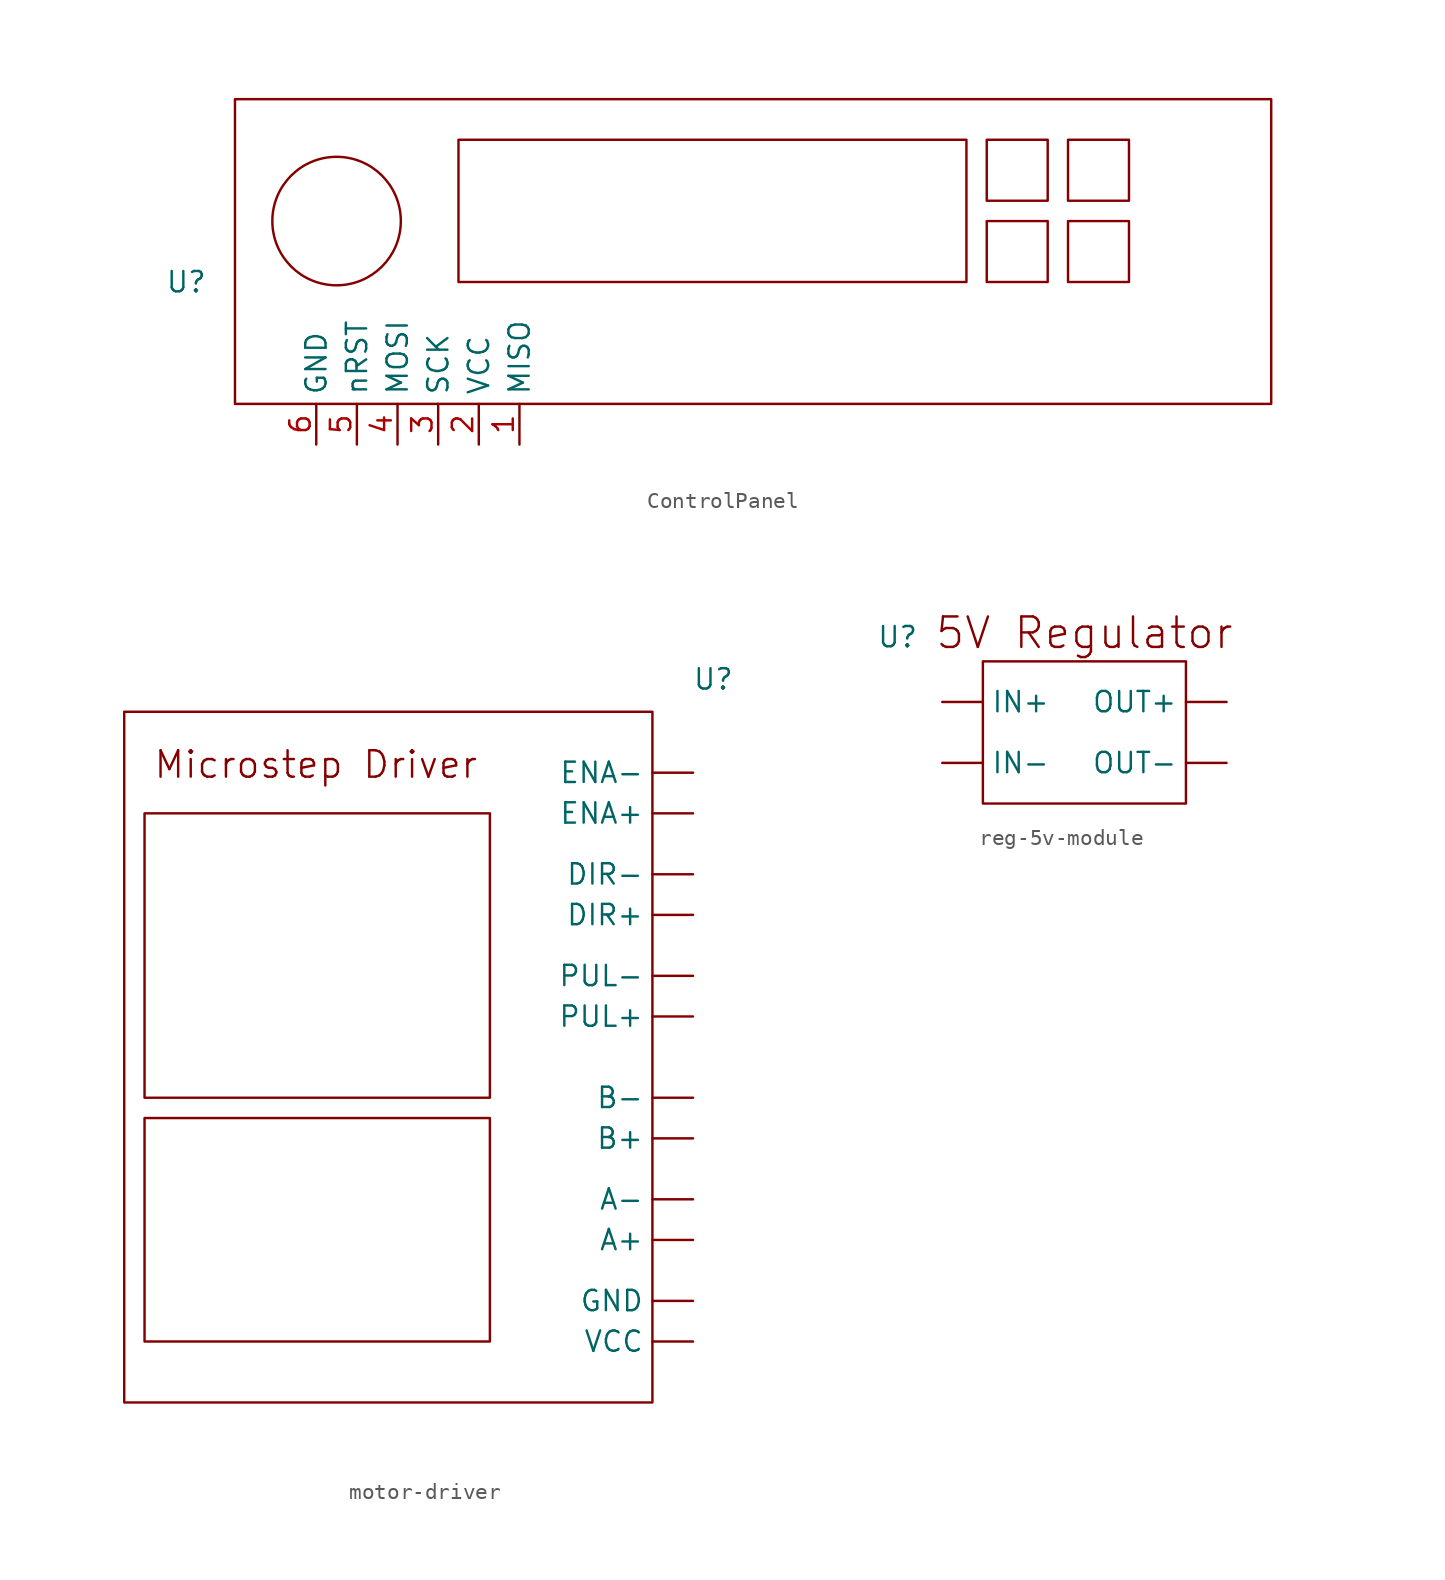
<source format=kicad_sym>
(kicad_symbol_lib
  (version 20231120)
  (generator "kicad_symbol_editor")
  (generator_version "8.0")
  (symbol "ControlPanel"
    (property "Reference" "U"
      (at -24.638 2.54 0)
      (effects (font (size 1.27 1.27))))
    (property "Value" ""
      (at 0 0 0)
      (effects (font (size 1.27 1.27))))
    (symbol "ControlPanel_0_1"
      (rectangle (start -21.59 13.97) (end 43.18 -5.08) (stroke (width 0) (type default)) (fill (type none)))
      (circle (center -15.24 6.35) (radius 4.016) (stroke (width 0) (type default)) (fill (type none)))
      (rectangle (start -7.62 11.43) (end 24.13 2.54) (stroke (width 0) (type default)) (fill (type none)))
      (rectangle (start 25.4 6.35) (end 29.21 2.54) (stroke (width 0) (type default)) (fill (type none)))
      (rectangle (start 25.4 11.43) (end 29.21 7.62) (stroke (width 0) (type default)) (fill (type none)))
      (rectangle (start 30.48 6.35) (end 34.29 2.54) (stroke (width 0) (type default)) (fill (type none)))
      (rectangle (start 30.48 11.43) (end 34.29 7.62) (stroke (width 0) (type default)) (fill (type none))))
    (symbol "ControlPanel_1_1"
      (pin input line (at -3.81 -7.62 90) (length 2.54) (name "MISO" (effects (font (size 1.27 1.27)))) (number "1" (effects (font (size 1.27 1.27)))))
      (pin input line (at -6.35 -7.62 90) (length 2.54) (name "VCC" (effects (font (size 1.27 1.27)))) (number "2" (effects (font (size 1.27 1.27)))))
      (pin input line (at -8.89 -7.62 90) (length 2.54) (name "SCK" (effects (font (size 1.27 1.27)))) (number "3" (effects (font (size 1.27 1.27)))))
      (pin input line (at -11.43 -7.62 90) (length 2.54) (name "MOSI" (effects (font (size 1.27 1.27)))) (number "4" (effects (font (size 1.27 1.27)))))
      (pin input line (at -13.97 -7.62 90) (length 2.54) (name "nRST" (effects (font (size 1.27 1.27)))) (number "5" (effects (font (size 1.27 1.27)))))
      (pin input line (at -16.51 -7.62 90) (length 2.54) (name "GND" (effects (font (size 1.27 1.27)))) (number "6" (effects (font (size 1.27 1.27)))))))
  (symbol "motor-driver"
    (pin_numbers hide)
    (property "Reference" "U"
      (at 3.81 5.842 0)
      (effects (font (size 1.27 1.27))))
    (property "Value" ""
      (at 0 0 0)
      (effects (font (size 1.27 1.27))))
    (symbol "motor-driver_0_1"
      (rectangle (start 0 3.81) (end -33.02 -39.37) (stroke (width 0) (type default)) (fill (type none))))
    (symbol "motor-driver_1_1"
      (rectangle (start -31.75 -21.59) (end -10.16 -35.56) (stroke (width 0) (type default)) (fill (type none)))
      (rectangle (start -31.75 -2.54) (end -10.16 -20.32) (stroke (width 0) (type default)) (fill (type none)))
      (text "Microstep Driver" (at -31.242 0.508 0) (effects (font (size 1.651 1.651)) (justify left)))
      (pin input line (at 2.54 0 180) (length 2.54) (name "ENA-" (effects (font (size 1.27 1.27)))) (number "1" (effects (font (size 1.27 1.27)))))
      (pin input line (at 2.54 -29.21 180) (length 2.54) (name "A+" (effects (font (size 1.27 1.27)))) (number "10" (effects (font (size 1.27 1.27)))))
      (pin input line (at 2.54 -33.02 180) (length 2.54) (name "GND" (effects (font (size 1.27 1.27)))) (number "11" (effects (font (size 1.27 1.27)))))
      (pin input line (at 2.54 -35.56 180) (length 2.54) (name "VCC" (effects (font (size 1.27 1.27)))) (number "12" (effects (font (size 1.27 1.27)))))
      (pin input line (at 2.54 -2.54 180) (length 2.54) (name "ENA+" (effects (font (size 1.27 1.27)))) (number "2" (effects (font (size 1.27 1.27)))))
      (pin input line (at 2.54 -6.35 180) (length 2.54) (name "DIR-" (effects (font (size 1.27 1.27)))) (number "3" (effects (font (size 1.27 1.27)))))
      (pin input line (at 2.54 -8.89 180) (length 2.54) (name "DIR+" (effects (font (size 1.27 1.27)))) (number "4" (effects (font (size 1.27 1.27)))))
      (pin input line (at 2.54 -12.7 180) (length 2.54) (name "PUL-" (effects (font (size 1.27 1.27)))) (number "5" (effects (font (size 1.27 1.27)))))
      (pin input line (at 2.54 -15.24 180) (length 2.54) (name "PUL+" (effects (font (size 1.27 1.27)))) (number "6" (effects (font (size 1.27 1.27)))))
      (pin input line (at 2.54 -20.32 180) (length 2.54) (name "B-" (effects (font (size 1.27 1.27)))) (number "7" (effects (font (size 1.27 1.27)))))
      (pin input line (at 2.54 -22.86 180) (length 2.54) (name "B+" (effects (font (size 1.27 1.27)))) (number "8" (effects (font (size 1.27 1.27)))))
      (pin input line (at 2.54 -26.67 180) (length 2.54) (name "A-" (effects (font (size 1.27 1.27)))) (number "9" (effects (font (size 1.27 1.27)))))))
  (symbol "reg-5v-module"
    (pin_numbers hide)
    (property "Reference" "U"
      (at -5.334 4.064 0)
      (effects (font (size 1.27 1.27))))
    (property "Value" ""
      (at 0 0 0)
      (effects (font (size 1.27 1.27))))
    (symbol "reg-5v-module_0_1"
      (rectangle (start 0 2.54) (end 12.7 -6.35) (stroke (width 0) (type default)) (fill (type none))))
    (symbol "reg-5v-module_1_1"
      (text "5V Regulator" (at -3.048 4.318 0) (effects (font (size 1.905 1.905)) (justify left)))
      (pin input line (at -2.54 0 0) (length 2.54) (name "IN+" (effects (font (size 1.27 1.27)))) (number "1" (effects (font (size 1.27 1.27)))))
      (pin input line (at -2.54 -3.81 0) (length 2.54) (name "IN-" (effects (font (size 1.27 1.27)))) (number "2" (effects (font (size 1.27 1.27)))))
      (pin input line (at 15.24 0 180) (length 2.54) (name "OUT+" (effects (font (size 1.27 1.27)))) (number "3" (effects (font (size 1.27 1.27)))))
      (pin input line (at 15.24 -3.81 180) (length 2.54) (name "OUT-" (effects (font (size 1.27 1.27)))) (number "4" (effects (font (size 1.27 1.27))))))))
</source>
